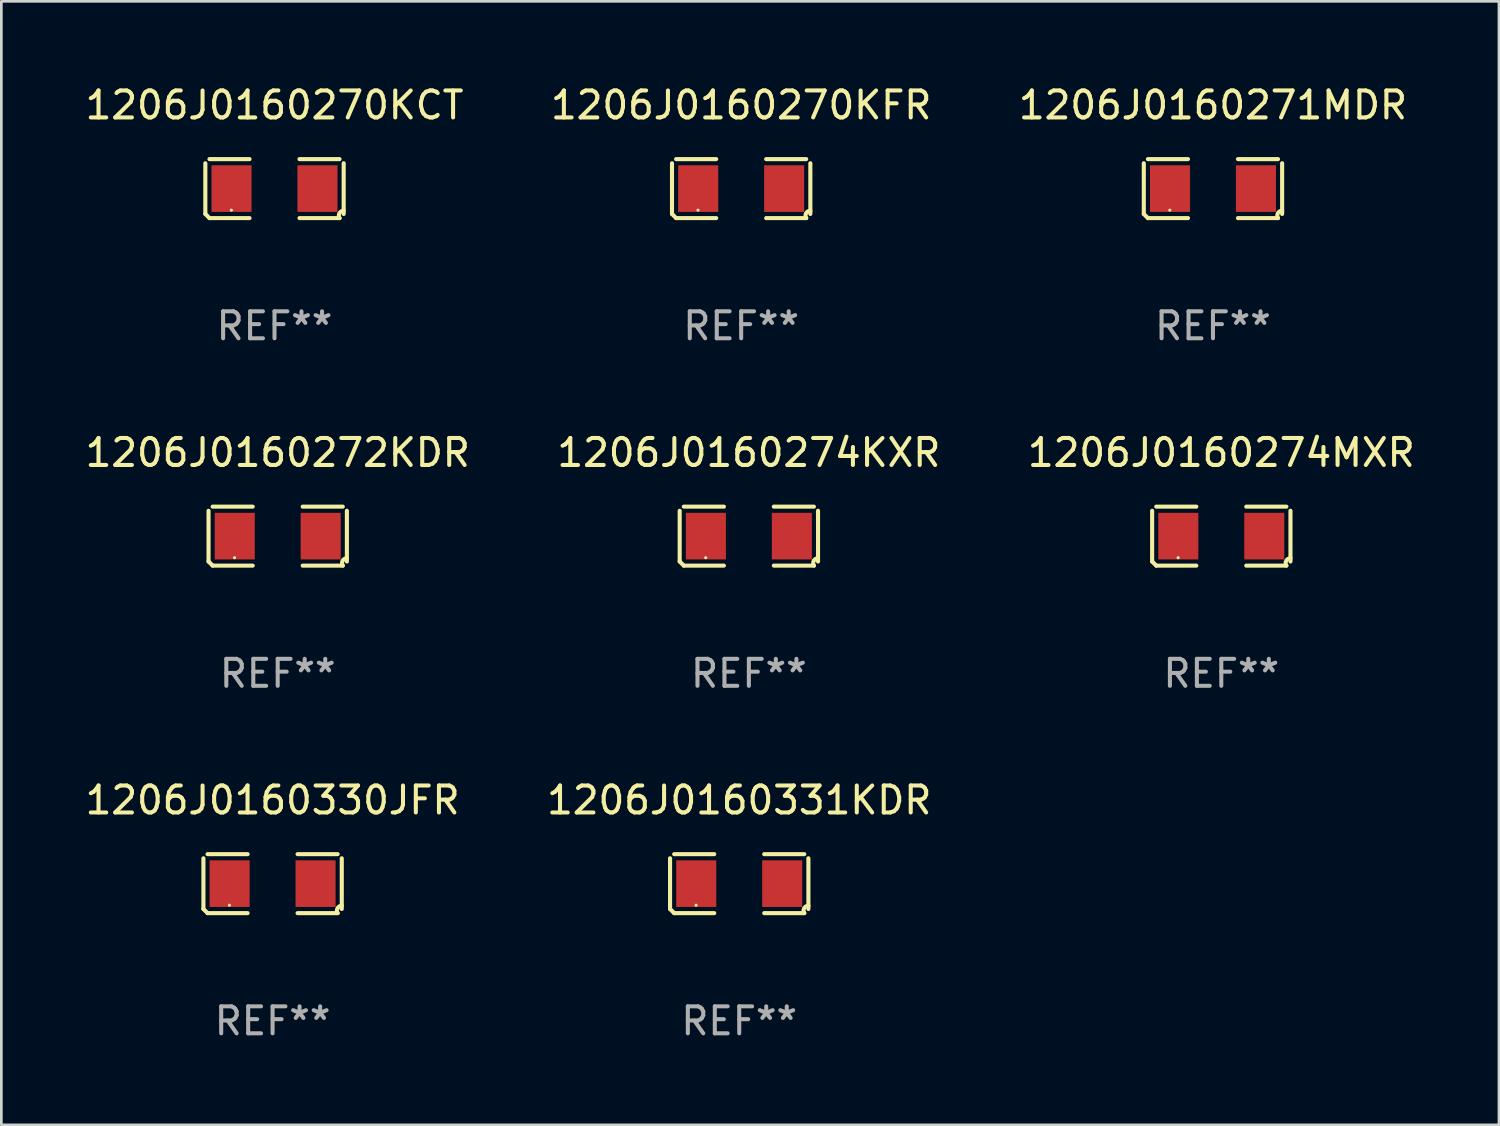
<source format=kicad_pcb>
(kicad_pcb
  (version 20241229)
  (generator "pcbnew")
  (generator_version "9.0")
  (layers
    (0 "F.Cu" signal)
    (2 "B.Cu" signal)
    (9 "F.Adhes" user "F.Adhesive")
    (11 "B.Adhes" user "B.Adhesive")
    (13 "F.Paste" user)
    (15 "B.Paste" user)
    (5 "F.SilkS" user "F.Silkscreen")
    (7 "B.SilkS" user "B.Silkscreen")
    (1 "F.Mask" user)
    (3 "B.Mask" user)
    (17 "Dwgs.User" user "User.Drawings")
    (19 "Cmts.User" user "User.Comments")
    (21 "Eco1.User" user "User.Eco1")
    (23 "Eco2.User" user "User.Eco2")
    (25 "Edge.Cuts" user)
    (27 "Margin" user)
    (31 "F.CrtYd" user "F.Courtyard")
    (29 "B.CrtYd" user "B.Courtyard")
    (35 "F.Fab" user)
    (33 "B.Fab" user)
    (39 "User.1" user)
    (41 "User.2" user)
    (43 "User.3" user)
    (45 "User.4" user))
  (footprint "1206J0160274KXR"
    (layer "F.Cu")
    (at 24.708 16.823)
    (property "Reference" "1206J0160274KXR" (at 0 -3.093 0) (layer "F.SilkS") (effects (font (size 1 1) (thickness 0.15))))
    (attr through_hole)
    (fp_line (start -2.564 0.94) (end -2.564 -0.94) (stroke (width 0.152) (type solid)) (layer "F.SilkS"))
    (fp_line (start -2.411 -1.093) (end -0.926 -1.093) (stroke (width 0.152) (type solid)) (layer "F.SilkS"))
    (fp_line (start -0.926 1.093) (end -2.411 1.093) (stroke (width 0.152) (type solid)) (layer "F.SilkS"))
    (fp_line (start 0.926 1.093) (end 2.411 1.093) (stroke (width 0.152) (type solid)) (layer "F.SilkS"))
    (fp_line (start 2.411 -1.093) (end 0.926 -1.093) (stroke (width 0.152) (type solid)) (layer "F.SilkS"))
    (fp_line (start 2.564 0.94) (end 2.564 -0.94) (stroke (width 0.152) (type solid)) (layer "F.SilkS"))
    (fp_arc (start -2.411201 1.092609) (mid -2.487413 1.01642) (end -2.563602 0.940208) (stroke (width 0.1524) (type solid)) (layer "F.SilkS"))
    (fp_arc (start 2.411201 1.092609) (mid 2.407159 0.911226) (end 2.563602 0.819347) (stroke (width 0.1524) (type solid)) (layer "F.SilkS"))
    (fp_circle (center -1.6 0.8) (end -1.57 0.8) (stroke (width 0.06) (type solid)) (fill no) (layer "F.SilkS"))
    (fp_text user "REF**" (at 0 5.093 0) (layer "F.Fab") (effects (font (size 1 1) (thickness 0.15))))
    (pad "1" smd rect (at -1.593 0) (size 1.485 1.728) (layers "F.Cu" "F.Mask" "F.Paste"))
    (pad "2" smd rect (at 1.593 0) (size 1.485 1.728) (layers "F.Cu" "F.Mask" "F.Paste")))
  (footprint "1206J0160270KFR"
    (layer "F.Cu")
    (at 24.423 3.941)
    (property "Reference" "1206J0160270KFR" (at 0 -3.093 0) (layer "F.SilkS") (effects (font (size 1 1) (thickness 0.15))))
    (attr through_hole)
    (fp_line (start -2.564 0.94) (end -2.564 -0.94) (stroke (width 0.152) (type solid)) (layer "F.SilkS"))
    (fp_line (start -2.411 -1.093) (end -0.926 -1.093) (stroke (width 0.152) (type solid)) (layer "F.SilkS"))
    (fp_line (start -0.926 1.093) (end -2.411 1.093) (stroke (width 0.152) (type solid)) (layer "F.SilkS"))
    (fp_line (start 0.926 1.093) (end 2.411 1.093) (stroke (width 0.152) (type solid)) (layer "F.SilkS"))
    (fp_line (start 2.411 -1.093) (end 0.926 -1.093) (stroke (width 0.152) (type solid)) (layer "F.SilkS"))
    (fp_line (start 2.564 0.94) (end 2.564 -0.94) (stroke (width 0.152) (type solid)) (layer "F.SilkS"))
    (fp_arc (start -2.411201 1.092609) (mid -2.487413 1.01642) (end -2.563602 0.940208) (stroke (width 0.1524) (type solid)) (layer "F.SilkS"))
    (fp_arc (start 2.411201 1.092609) (mid 2.407159 0.911226) (end 2.563602 0.819347) (stroke (width 0.1524) (type solid)) (layer "F.SilkS"))
    (fp_circle (center -1.6 0.8) (end -1.57 0.8) (stroke (width 0.06) (type solid)) (fill no) (layer "F.SilkS"))
    (fp_text user "REF**" (at 0 5.093 0) (layer "F.Fab") (effects (font (size 1 1) (thickness 0.15))))
    (pad "1" smd rect (at -1.593 0) (size 1.485 1.728) (layers "F.Cu" "F.Mask" "F.Paste"))
    (pad "2" smd rect (at 1.593 0) (size 1.485 1.728) (layers "F.Cu" "F.Mask" "F.Paste")))
  (footprint "1206J0160272KDR"
    (layer "F.Cu")
    (at 7.244 16.823)
    (property "Reference" "1206J0160272KDR" (at 0 -3.093 0) (layer "F.SilkS") (effects (font (size 1 1) (thickness 0.15))))
    (attr through_hole)
    (fp_line (start -2.564 0.94) (end -2.564 -0.94) (stroke (width 0.152) (type solid)) (layer "F.SilkS"))
    (fp_line (start -2.411 -1.093) (end -0.926 -1.093) (stroke (width 0.152) (type solid)) (layer "F.SilkS"))
    (fp_line (start -0.926 1.093) (end -2.411 1.093) (stroke (width 0.152) (type solid)) (layer "F.SilkS"))
    (fp_line (start 0.926 1.093) (end 2.411 1.093) (stroke (width 0.152) (type solid)) (layer "F.SilkS"))
    (fp_line (start 2.411 -1.093) (end 0.926 -1.093) (stroke (width 0.152) (type solid)) (layer "F.SilkS"))
    (fp_line (start 2.564 0.94) (end 2.564 -0.94) (stroke (width 0.152) (type solid)) (layer "F.SilkS"))
    (fp_arc (start -2.411201 1.092609) (mid -2.487413 1.01642) (end -2.563602 0.940208) (stroke (width 0.1524) (type solid)) (layer "F.SilkS"))
    (fp_arc (start 2.411201 1.092609) (mid 2.407159 0.911226) (end 2.563602 0.819347) (stroke (width 0.1524) (type solid)) (layer "F.SilkS"))
    (fp_circle (center -1.6 0.8) (end -1.57 0.8) (stroke (width 0.06) (type solid)) (fill no) (layer "F.SilkS"))
    (fp_text user "REF**" (at 0 5.093 0) (layer "F.Fab") (effects (font (size 1 1) (thickness 0.15))))
    (pad "1" smd rect (at -1.593 0) (size 1.485 1.728) (layers "F.Cu" "F.Mask" "F.Paste"))
    (pad "2" smd rect (at 1.593 0) (size 1.485 1.728) (layers "F.Cu" "F.Mask" "F.Paste")))
  (footprint "1206J0160270KCT"
    (layer "F.Cu")
    (at 7.125 3.941)
    (property "Reference" "1206J0160270KCT" (at 0 -3.093 0) (layer "F.SilkS") (effects (font (size 1 1) (thickness 0.15))))
    (attr through_hole)
    (fp_line (start -2.564 0.94) (end -2.564 -0.94) (stroke (width 0.152) (type solid)) (layer "F.SilkS"))
    (fp_line (start -2.411 -1.093) (end -0.926 -1.093) (stroke (width 0.152) (type solid)) (layer "F.SilkS"))
    (fp_line (start -0.926 1.093) (end -2.411 1.093) (stroke (width 0.152) (type solid)) (layer "F.SilkS"))
    (fp_line (start 0.926 1.093) (end 2.411 1.093) (stroke (width 0.152) (type solid)) (layer "F.SilkS"))
    (fp_line (start 2.411 -1.093) (end 0.926 -1.093) (stroke (width 0.152) (type solid)) (layer "F.SilkS"))
    (fp_line (start 2.564 0.94) (end 2.564 -0.94) (stroke (width 0.152) (type solid)) (layer "F.SilkS"))
    (fp_arc (start -2.411201 1.092609) (mid -2.487413 1.01642) (end -2.563602 0.940208) (stroke (width 0.1524) (type solid)) (layer "F.SilkS"))
    (fp_arc (start 2.411201 1.092609) (mid 2.407159 0.911226) (end 2.563602 0.819347) (stroke (width 0.1524) (type solid)) (layer "F.SilkS"))
    (fp_circle (center -1.6 0.8) (end -1.57 0.8) (stroke (width 0.06) (type solid)) (fill no) (layer "F.SilkS"))
    (fp_text user "REF**" (at 0 5.093 0) (layer "F.Fab") (effects (font (size 1 1) (thickness 0.15))))
    (pad "1" smd rect (at -1.593 0) (size 1.485 1.728) (layers "F.Cu" "F.Mask" "F.Paste"))
    (pad "2" smd rect (at 1.593 0) (size 1.485 1.728) (layers "F.Cu" "F.Mask" "F.Paste")))
  (footprint "1206J0160331KDR"
    (layer "F.Cu")
    (at 24.351 29.704)
    (property "Reference" "1206J0160331KDR" (at 0 -3.093 0) (layer "F.SilkS") (effects (font (size 1 1) (thickness 0.15))))
    (attr through_hole)
    (fp_line (start -2.564 0.94) (end -2.564 -0.94) (stroke (width 0.152) (type solid)) (layer "F.SilkS"))
    (fp_line (start -2.411 -1.093) (end -0.926 -1.093) (stroke (width 0.152) (type solid)) (layer "F.SilkS"))
    (fp_line (start -0.926 1.093) (end -2.411 1.093) (stroke (width 0.152) (type solid)) (layer "F.SilkS"))
    (fp_line (start 0.926 1.093) (end 2.411 1.093) (stroke (width 0.152) (type solid)) (layer "F.SilkS"))
    (fp_line (start 2.411 -1.093) (end 0.926 -1.093) (stroke (width 0.152) (type solid)) (layer "F.SilkS"))
    (fp_line (start 2.564 0.94) (end 2.564 -0.94) (stroke (width 0.152) (type solid)) (layer "F.SilkS"))
    (fp_arc (start -2.411201 1.092609) (mid -2.487413 1.01642) (end -2.563602 0.940208) (stroke (width 0.1524) (type solid)) (layer "F.SilkS"))
    (fp_arc (start 2.411201 1.092609) (mid 2.407159 0.911226) (end 2.563602 0.819347) (stroke (width 0.1524) (type solid)) (layer "F.SilkS"))
    (fp_circle (center -1.6 0.8) (end -1.57 0.8) (stroke (width 0.06) (type solid)) (fill no) (layer "F.SilkS"))
    (fp_text user "REF**" (at 0 5.093 0) (layer "F.Fab") (effects (font (size 1 1) (thickness 0.15))))
    (pad "1" smd rect (at -1.593 0) (size 1.485 1.728) (layers "F.Cu" "F.Mask" "F.Paste"))
    (pad "2" smd rect (at 1.593 0) (size 1.485 1.728) (layers "F.Cu" "F.Mask" "F.Paste")))
  (footprint "1206J0160330JFR"
    (layer "F.Cu")
    (at 7.054 29.704)
    (property "Reference" "1206J0160330JFR" (at 0 -3.093 0) (layer "F.SilkS") (effects (font (size 1 1) (thickness 0.15))))
    (attr through_hole)
    (fp_line (start -2.564 0.94) (end -2.564 -0.94) (stroke (width 0.152) (type solid)) (layer "F.SilkS"))
    (fp_line (start -2.411 -1.093) (end -0.926 -1.093) (stroke (width 0.152) (type solid)) (layer "F.SilkS"))
    (fp_line (start -0.926 1.093) (end -2.411 1.093) (stroke (width 0.152) (type solid)) (layer "F.SilkS"))
    (fp_line (start 0.926 1.093) (end 2.411 1.093) (stroke (width 0.152) (type solid)) (layer "F.SilkS"))
    (fp_line (start 2.411 -1.093) (end 0.926 -1.093) (stroke (width 0.152) (type solid)) (layer "F.SilkS"))
    (fp_line (start 2.564 0.94) (end 2.564 -0.94) (stroke (width 0.152) (type solid)) (layer "F.SilkS"))
    (fp_arc (start -2.411201 1.092609) (mid -2.487413 1.01642) (end -2.563602 0.940208) (stroke (width 0.1524) (type solid)) (layer "F.SilkS"))
    (fp_arc (start 2.411201 1.092609) (mid 2.407159 0.911226) (end 2.563602 0.819347) (stroke (width 0.1524) (type solid)) (layer "F.SilkS"))
    (fp_circle (center -1.6 0.8) (end -1.57 0.8) (stroke (width 0.06) (type solid)) (fill no) (layer "F.SilkS"))
    (fp_text user "REF**" (at 0 5.093 0) (layer "F.Fab") (effects (font (size 1 1) (thickness 0.15))))
    (pad "1" smd rect (at -1.593 0) (size 1.485 1.728) (layers "F.Cu" "F.Mask" "F.Paste"))
    (pad "2" smd rect (at 1.593 0) (size 1.485 1.728) (layers "F.Cu" "F.Mask" "F.Paste")))
  (footprint "1206J0160274MXR"
    (layer "F.Cu")
    (at 42.22 16.823)
    (property "Reference" "1206J0160274MXR" (at 0 -3.093 0) (layer "F.SilkS") (effects (font (size 1 1) (thickness 0.15))))
    (attr through_hole)
    (fp_line (start -2.564 0.94) (end -2.564 -0.94) (stroke (width 0.152) (type solid)) (layer "F.SilkS"))
    (fp_line (start -2.411 -1.093) (end -0.926 -1.093) (stroke (width 0.152) (type solid)) (layer "F.SilkS"))
    (fp_line (start -0.926 1.093) (end -2.411 1.093) (stroke (width 0.152) (type solid)) (layer "F.SilkS"))
    (fp_line (start 0.926 1.093) (end 2.411 1.093) (stroke (width 0.152) (type solid)) (layer "F.SilkS"))
    (fp_line (start 2.411 -1.093) (end 0.926 -1.093) (stroke (width 0.152) (type solid)) (layer "F.SilkS"))
    (fp_line (start 2.564 0.94) (end 2.564 -0.94) (stroke (width 0.152) (type solid)) (layer "F.SilkS"))
    (fp_arc (start -2.411201 1.092609) (mid -2.487413 1.01642) (end -2.563602 0.940208) (stroke (width 0.1524) (type solid)) (layer "F.SilkS"))
    (fp_arc (start 2.411201 1.092609) (mid 2.407159 0.911226) (end 2.563602 0.819347) (stroke (width 0.1524) (type solid)) (layer "F.SilkS"))
    (fp_circle (center -1.6 0.8) (end -1.57 0.8) (stroke (width 0.06) (type solid)) (fill no) (layer "F.SilkS"))
    (fp_text user "REF**" (at 0 5.093 0) (layer "F.Fab") (effects (font (size 1 1) (thickness 0.15))))
    (pad "1" smd rect (at -1.593 0) (size 1.485 1.728) (layers "F.Cu" "F.Mask" "F.Paste"))
    (pad "2" smd rect (at 1.593 0) (size 1.485 1.728) (layers "F.Cu" "F.Mask" "F.Paste")))
  (footprint "1206J0160271MDR"
    (layer "F.Cu")
    (at 41.911 3.941)
    (property "Reference" "1206J0160271MDR" (at 0 -3.093 0) (layer "F.SilkS") (effects (font (size 1 1) (thickness 0.15))))
    (attr through_hole)
    (fp_line (start -2.564 0.94) (end -2.564 -0.94) (stroke (width 0.152) (type solid)) (layer "F.SilkS"))
    (fp_line (start -2.411 -1.093) (end -0.926 -1.093) (stroke (width 0.152) (type solid)) (layer "F.SilkS"))
    (fp_line (start -0.926 1.093) (end -2.411 1.093) (stroke (width 0.152) (type solid)) (layer "F.SilkS"))
    (fp_line (start 0.926 1.093) (end 2.411 1.093) (stroke (width 0.152) (type solid)) (layer "F.SilkS"))
    (fp_line (start 2.411 -1.093) (end 0.926 -1.093) (stroke (width 0.152) (type solid)) (layer "F.SilkS"))
    (fp_line (start 2.564 0.94) (end 2.564 -0.94) (stroke (width 0.152) (type solid)) (layer "F.SilkS"))
    (fp_arc (start -2.411201 1.092609) (mid -2.487413 1.01642) (end -2.563602 0.940208) (stroke (width 0.1524) (type solid)) (layer "F.SilkS"))
    (fp_arc (start 2.411201 1.092609) (mid 2.407159 0.911226) (end 2.563602 0.819347) (stroke (width 0.1524) (type solid)) (layer "F.SilkS"))
    (fp_circle (center -1.6 0.8) (end -1.57 0.8) (stroke (width 0.06) (type solid)) (fill no) (layer "F.SilkS"))
    (fp_text user "REF**" (at 0 5.093 0) (layer "F.Fab") (effects (font (size 1 1) (thickness 0.15))))
    (pad "1" smd rect (at -1.593 0) (size 1.485 1.728) (layers "F.Cu" "F.Mask" "F.Paste"))
    (pad "2" smd rect (at 1.593 0) (size 1.485 1.728) (layers "F.Cu" "F.Mask" "F.Paste")))
  (gr_rect
    (start -3 -3)
    (end 52.512 38.645)
    (stroke (width 0.1) (type default))
    (fill no)
    (layer "Edge.Cuts")))
</source>
